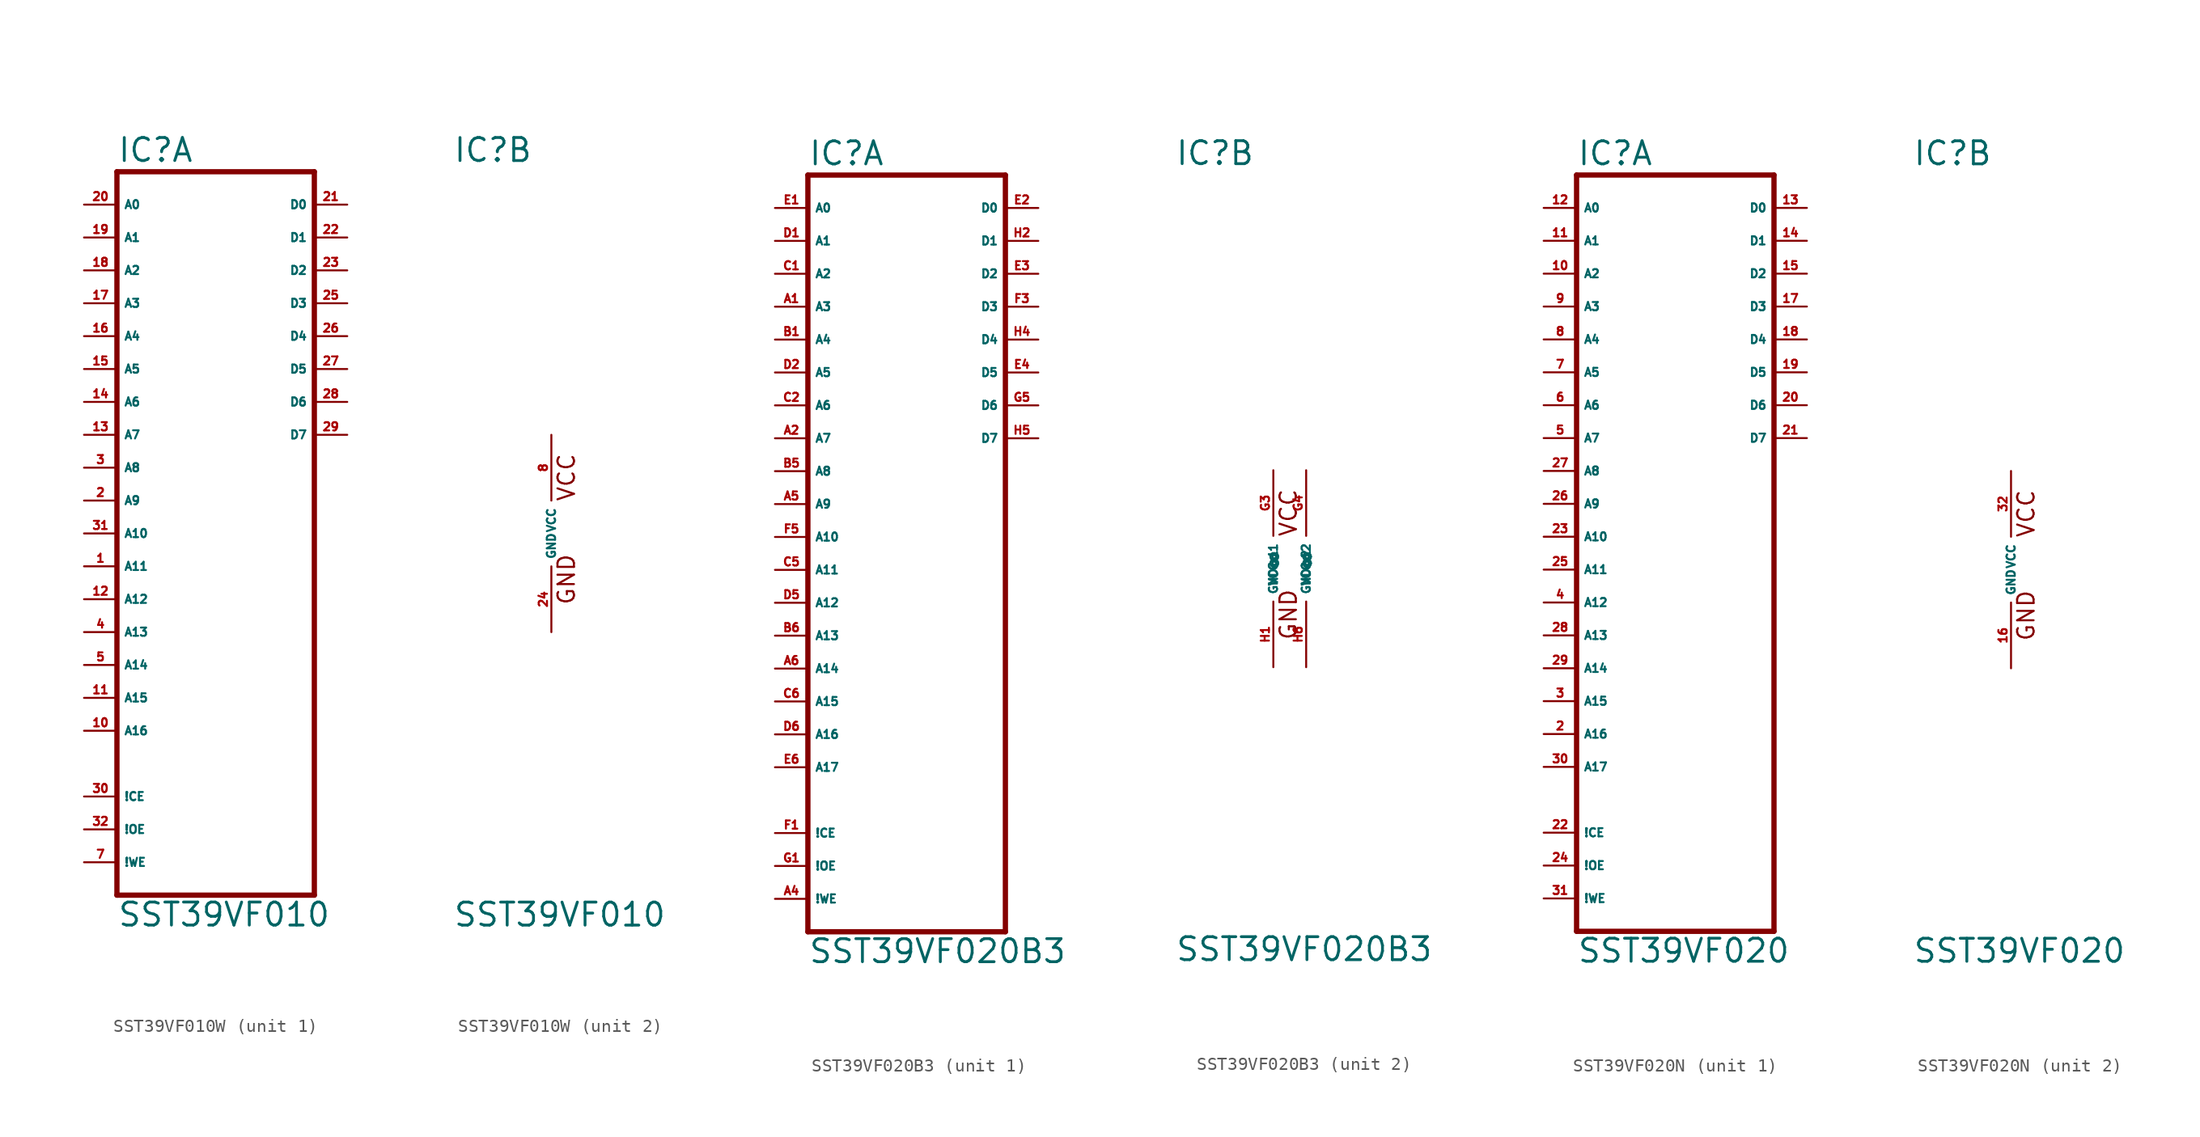
<source format=kicad_sym>
(kicad_symbol_lib
  (version 20220914)
  (generator Eagle2Kicad)
  (symbol "SST39VF010W"
    (property "Reference" "IC"
      (at -7.62 28.575 0)
      (effects (font (size 1.778 1.778) (thickness 0.22)) (justify left bottom)))
    (property "Value" "SST39VF010"
      (at -7.62 -30.48 0)
      (effects (font (size 1.778 1.778) (thickness 0.22)) (justify left bottom)))
    (symbol "SST39VF010W_1_0"
      (polyline (pts (xy -7.62 -27.94) (xy 7.62 -27.94)) (stroke (width 0.406) (type default)) (fill (type none)))
      (polyline (pts (xy 7.62 -27.94) (xy 7.62 27.94)) (stroke (width 0.406) (type default)) (fill (type none)))
      (polyline (pts (xy 7.62 27.94) (xy -7.62 27.94)) (stroke (width 0.406) (type default)) (fill (type none)))
      (polyline (pts (xy -7.62 27.94) (xy -7.62 -27.94)) (stroke (width 0.406) (type default)) (fill (type none)))
      (pin input line (at -10.16 7.62 0) (length 2.54) (name "A7" (effects (font (size 0.635 0.635) (thickness 0.08)) (justify left bottom))) (number "13" (effects (font (size 0.635 0.635) (thickness 0.08)) (justify left bottom))))
      (pin input line (at -10.16 10.16 0) (length 2.54) (name "A6" (effects (font (size 0.635 0.635) (thickness 0.08)) (justify left bottom))) (number "14" (effects (font (size 0.635 0.635) (thickness 0.08)) (justify left bottom))))
      (pin input line (at -10.16 12.7 0) (length 2.54) (name "A5" (effects (font (size 0.635 0.635) (thickness 0.08)) (justify left bottom))) (number "15" (effects (font (size 0.635 0.635) (thickness 0.08)) (justify left bottom))))
      (pin input line (at -10.16 15.24 0) (length 2.54) (name "A4" (effects (font (size 0.635 0.635) (thickness 0.08)) (justify left bottom))) (number "16" (effects (font (size 0.635 0.635) (thickness 0.08)) (justify left bottom))))
      (pin input line (at -10.16 17.78 0) (length 2.54) (name "A3" (effects (font (size 0.635 0.635) (thickness 0.08)) (justify left bottom))) (number "17" (effects (font (size 0.635 0.635) (thickness 0.08)) (justify left bottom))))
      (pin input line (at -10.16 20.32 0) (length 2.54) (name "A2" (effects (font (size 0.635 0.635) (thickness 0.08)) (justify left bottom))) (number "18" (effects (font (size 0.635 0.635) (thickness 0.08)) (justify left bottom))))
      (pin input line (at -10.16 22.86 0) (length 2.54) (name "A1" (effects (font (size 0.635 0.635) (thickness 0.08)) (justify left bottom))) (number "19" (effects (font (size 0.635 0.635) (thickness 0.08)) (justify left bottom))))
      (pin input line (at -10.16 25.4 0) (length 2.54) (name "A0" (effects (font (size 0.635 0.635) (thickness 0.08)) (justify left bottom))) (number "20" (effects (font (size 0.635 0.635) (thickness 0.08)) (justify left bottom))))
      (pin bidirectional line (at 10.16 25.4 180) (length 2.54) (name "D0" (effects (font (size 0.635 0.635) (thickness 0.08)) (justify left bottom))) (number "21" (effects (font (size 0.635 0.635) (thickness 0.08)) (justify left bottom))))
      (pin bidirectional line (at 10.16 22.86 180) (length 2.54) (name "D1" (effects (font (size 0.635 0.635) (thickness 0.08)) (justify left bottom))) (number "22" (effects (font (size 0.635 0.635) (thickness 0.08)) (justify left bottom))))
      (pin bidirectional line (at 10.16 20.32 180) (length 2.54) (name "D2" (effects (font (size 0.635 0.635) (thickness 0.08)) (justify left bottom))) (number "23" (effects (font (size 0.635 0.635) (thickness 0.08)) (justify left bottom))))
      (pin bidirectional line (at 10.16 17.78 180) (length 2.54) (name "D3" (effects (font (size 0.635 0.635) (thickness 0.08)) (justify left bottom))) (number "25" (effects (font (size 0.635 0.635) (thickness 0.08)) (justify left bottom))))
      (pin bidirectional line (at 10.16 15.24 180) (length 2.54) (name "D4" (effects (font (size 0.635 0.635) (thickness 0.08)) (justify left bottom))) (number "26" (effects (font (size 0.635 0.635) (thickness 0.08)) (justify left bottom))))
      (pin bidirectional line (at 10.16 12.7 180) (length 2.54) (name "D5" (effects (font (size 0.635 0.635) (thickness 0.08)) (justify left bottom))) (number "27" (effects (font (size 0.635 0.635) (thickness 0.08)) (justify left bottom))))
      (pin bidirectional line (at 10.16 10.16 180) (length 2.54) (name "D6" (effects (font (size 0.635 0.635) (thickness 0.08)) (justify left bottom))) (number "28" (effects (font (size 0.635 0.635) (thickness 0.08)) (justify left bottom))))
      (pin bidirectional line (at 10.16 7.62 180) (length 2.54) (name "D7" (effects (font (size 0.635 0.635) (thickness 0.08)) (justify left bottom))) (number "29" (effects (font (size 0.635 0.635) (thickness 0.08)) (justify left bottom))))
      (pin input line (at -10.16 -20.32 0) (length 2.54) (name "!CE" (effects (font (size 0.635 0.635) (thickness 0.08)) (justify left bottom))) (number "30" (effects (font (size 0.635 0.635) (thickness 0.08)) (justify left bottom))))
      (pin input line (at -10.16 0 0) (length 2.54) (name "A10" (effects (font (size 0.635 0.635) (thickness 0.08)) (justify left bottom))) (number "31" (effects (font (size 0.635 0.635) (thickness 0.08)) (justify left bottom))))
      (pin input line (at -10.16 -22.86 0) (length 2.54) (name "!OE" (effects (font (size 0.635 0.635) (thickness 0.08)) (justify left bottom))) (number "32" (effects (font (size 0.635 0.635) (thickness 0.08)) (justify left bottom))))
      (pin input line (at -10.16 -25.4 0) (length 2.54) (name "!WE" (effects (font (size 0.635 0.635) (thickness 0.08)) (justify left bottom))) (number "7" (effects (font (size 0.635 0.635) (thickness 0.08)) (justify left bottom))))
      (pin input line (at -10.16 2.54 0) (length 2.54) (name "A9" (effects (font (size 0.635 0.635) (thickness 0.08)) (justify left bottom))) (number "2" (effects (font (size 0.635 0.635) (thickness 0.08)) (justify left bottom))))
      (pin input line (at -10.16 5.08 0) (length 2.54) (name "A8" (effects (font (size 0.635 0.635) (thickness 0.08)) (justify left bottom))) (number "3" (effects (font (size 0.635 0.635) (thickness 0.08)) (justify left bottom))))
      (pin input line (at -10.16 -2.54 0) (length 2.54) (name "A11" (effects (font (size 0.635 0.635) (thickness 0.08)) (justify left bottom))) (number "1" (effects (font (size 0.635 0.635) (thickness 0.08)) (justify left bottom))))
      (pin input line (at -10.16 -5.08 0) (length 2.54) (name "A12" (effects (font (size 0.635 0.635) (thickness 0.08)) (justify left bottom))) (number "12" (effects (font (size 0.635 0.635) (thickness 0.08)) (justify left bottom))))
      (pin input line (at -10.16 -7.62 0) (length 2.54) (name "A13" (effects (font (size 0.635 0.635) (thickness 0.08)) (justify left bottom))) (number "4" (effects (font (size 0.635 0.635) (thickness 0.08)) (justify left bottom))))
      (pin input line (at -10.16 -10.16 0) (length 2.54) (name "A14" (effects (font (size 0.635 0.635) (thickness 0.08)) (justify left bottom))) (number "5" (effects (font (size 0.635 0.635) (thickness 0.08)) (justify left bottom))))
      (pin input line (at -10.16 -12.7 0) (length 2.54) (name "A15" (effects (font (size 0.635 0.635) (thickness 0.08)) (justify left bottom))) (number "11" (effects (font (size 0.635 0.635) (thickness 0.08)) (justify left bottom))))
      (pin input line (at -10.16 -15.24 0) (length 2.54) (name "A16" (effects (font (size 0.635 0.635) (thickness 0.08)) (justify left bottom))) (number "10" (effects (font (size 0.635 0.635) (thickness 0.08)) (justify left bottom)))))
    (symbol "SST39VF010W_2_0"
      (text "GND" (at 1.905 -5.588 900) (effects (font (size 1.27 1.27) (thickness 0.16)) (justify left bottom)))
      (text "VCC" (at 1.905 2.413 900) (effects (font (size 1.27 1.27) (thickness 0.16)) (justify left bottom)))
      (pin unspecified line (at 0 -7.62 90) (length 5.08) (name "GND" (effects (font (size 0.635 0.635) (thickness 0.08)) (justify left bottom))) (number "24" (effects (font (size 0.635 0.635) (thickness 0.08)) (justify left bottom))))
      (pin unspecified line (at 0 7.62 270) (length 5.08) (name "VCC" (effects (font (size 0.635 0.635) (thickness 0.08)) (justify left bottom))) (number "8" (effects (font (size 0.635 0.635) (thickness 0.08)) (justify left bottom))))))
  (symbol "SST39VF020B3"
    (property "Reference" "IC"
      (at -7.62 31.115 0)
      (effects (font (size 1.778 1.778) (thickness 0.22)) (justify left bottom)))
    (property "Value" "SST39VF020B3"
      (at -7.62 -30.48 0)
      (effects (font (size 1.778 1.778) (thickness 0.22)) (justify left bottom)))
    (symbol "SST39VF020B3_1_0"
      (polyline (pts (xy -7.62 -27.94) (xy 7.62 -27.94)) (stroke (width 0.406) (type default)) (fill (type none)))
      (polyline (pts (xy 7.62 -27.94) (xy 7.62 30.48)) (stroke (width 0.406) (type default)) (fill (type none)))
      (polyline (pts (xy 7.62 30.48) (xy -7.62 30.48)) (stroke (width 0.406) (type default)) (fill (type none)))
      (polyline (pts (xy -7.62 30.48) (xy -7.62 -27.94)) (stroke (width 0.406) (type default)) (fill (type none)))
      (pin input line (at -10.16 10.16 0) (length 2.54) (name "A7" (effects (font (size 0.635 0.635) (thickness 0.08)) (justify left bottom))) (number "A2" (effects (font (size 0.635 0.635) (thickness 0.08)) (justify left bottom))))
      (pin input line (at -10.16 12.7 0) (length 2.54) (name "A6" (effects (font (size 0.635 0.635) (thickness 0.08)) (justify left bottom))) (number "C2" (effects (font (size 0.635 0.635) (thickness 0.08)) (justify left bottom))))
      (pin input line (at -10.16 15.24 0) (length 2.54) (name "A5" (effects (font (size 0.635 0.635) (thickness 0.08)) (justify left bottom))) (number "D2" (effects (font (size 0.635 0.635) (thickness 0.08)) (justify left bottom))))
      (pin input line (at -10.16 17.78 0) (length 2.54) (name "A4" (effects (font (size 0.635 0.635) (thickness 0.08)) (justify left bottom))) (number "B1" (effects (font (size 0.635 0.635) (thickness 0.08)) (justify left bottom))))
      (pin input line (at -10.16 20.32 0) (length 2.54) (name "A3" (effects (font (size 0.635 0.635) (thickness 0.08)) (justify left bottom))) (number "A1" (effects (font (size 0.635 0.635) (thickness 0.08)) (justify left bottom))))
      (pin input line (at -10.16 22.86 0) (length 2.54) (name "A2" (effects (font (size 0.635 0.635) (thickness 0.08)) (justify left bottom))) (number "C1" (effects (font (size 0.635 0.635) (thickness 0.08)) (justify left bottom))))
      (pin input line (at -10.16 25.4 0) (length 2.54) (name "A1" (effects (font (size 0.635 0.635) (thickness 0.08)) (justify left bottom))) (number "D1" (effects (font (size 0.635 0.635) (thickness 0.08)) (justify left bottom))))
      (pin input line (at -10.16 27.94 0) (length 2.54) (name "A0" (effects (font (size 0.635 0.635) (thickness 0.08)) (justify left bottom))) (number "E1" (effects (font (size 0.635 0.635) (thickness 0.08)) (justify left bottom))))
      (pin bidirectional line (at 10.16 27.94 180) (length 2.54) (name "D0" (effects (font (size 0.635 0.635) (thickness 0.08)) (justify left bottom))) (number "E2" (effects (font (size 0.635 0.635) (thickness 0.08)) (justify left bottom))))
      (pin bidirectional line (at 10.16 25.4 180) (length 2.54) (name "D1" (effects (font (size 0.635 0.635) (thickness 0.08)) (justify left bottom))) (number "H2" (effects (font (size 0.635 0.635) (thickness 0.08)) (justify left bottom))))
      (pin bidirectional line (at 10.16 22.86 180) (length 2.54) (name "D2" (effects (font (size 0.635 0.635) (thickness 0.08)) (justify left bottom))) (number "E3" (effects (font (size 0.635 0.635) (thickness 0.08)) (justify left bottom))))
      (pin bidirectional line (at 10.16 20.32 180) (length 2.54) (name "D3" (effects (font (size 0.635 0.635) (thickness 0.08)) (justify left bottom))) (number "F3" (effects (font (size 0.635 0.635) (thickness 0.08)) (justify left bottom))))
      (pin bidirectional line (at 10.16 17.78 180) (length 2.54) (name "D4" (effects (font (size 0.635 0.635) (thickness 0.08)) (justify left bottom))) (number "H4" (effects (font (size 0.635 0.635) (thickness 0.08)) (justify left bottom))))
      (pin bidirectional line (at 10.16 15.24 180) (length 2.54) (name "D5" (effects (font (size 0.635 0.635) (thickness 0.08)) (justify left bottom))) (number "E4" (effects (font (size 0.635 0.635) (thickness 0.08)) (justify left bottom))))
      (pin bidirectional line (at 10.16 12.7 180) (length 2.54) (name "D6" (effects (font (size 0.635 0.635) (thickness 0.08)) (justify left bottom))) (number "G5" (effects (font (size 0.635 0.635) (thickness 0.08)) (justify left bottom))))
      (pin bidirectional line (at 10.16 10.16 180) (length 2.54) (name "D7" (effects (font (size 0.635 0.635) (thickness 0.08)) (justify left bottom))) (number "H5" (effects (font (size 0.635 0.635) (thickness 0.08)) (justify left bottom))))
      (pin input line (at -10.16 -20.32 0) (length 2.54) (name "!CE" (effects (font (size 0.635 0.635) (thickness 0.08)) (justify left bottom))) (number "F1" (effects (font (size 0.635 0.635) (thickness 0.08)) (justify left bottom))))
      (pin input line (at -10.16 2.54 0) (length 2.54) (name "A10" (effects (font (size 0.635 0.635) (thickness 0.08)) (justify left bottom))) (number "F5" (effects (font (size 0.635 0.635) (thickness 0.08)) (justify left bottom))))
      (pin input line (at -10.16 -22.86 0) (length 2.54) (name "!OE" (effects (font (size 0.635 0.635) (thickness 0.08)) (justify left bottom))) (number "G1" (effects (font (size 0.635 0.635) (thickness 0.08)) (justify left bottom))))
      (pin input line (at -10.16 -25.4 0) (length 2.54) (name "!WE" (effects (font (size 0.635 0.635) (thickness 0.08)) (justify left bottom))) (number "A4" (effects (font (size 0.635 0.635) (thickness 0.08)) (justify left bottom))))
      (pin input line (at -10.16 5.08 0) (length 2.54) (name "A9" (effects (font (size 0.635 0.635) (thickness 0.08)) (justify left bottom))) (number "A5" (effects (font (size 0.635 0.635) (thickness 0.08)) (justify left bottom))))
      (pin input line (at -10.16 7.62 0) (length 2.54) (name "A8" (effects (font (size 0.635 0.635) (thickness 0.08)) (justify left bottom))) (number "B5" (effects (font (size 0.635 0.635) (thickness 0.08)) (justify left bottom))))
      (pin input line (at -10.16 0 0) (length 2.54) (name "A11" (effects (font (size 0.635 0.635) (thickness 0.08)) (justify left bottom))) (number "C5" (effects (font (size 0.635 0.635) (thickness 0.08)) (justify left bottom))))
      (pin input line (at -10.16 -2.54 0) (length 2.54) (name "A12" (effects (font (size 0.635 0.635) (thickness 0.08)) (justify left bottom))) (number "D5" (effects (font (size 0.635 0.635) (thickness 0.08)) (justify left bottom))))
      (pin input line (at -10.16 -5.08 0) (length 2.54) (name "A13" (effects (font (size 0.635 0.635) (thickness 0.08)) (justify left bottom))) (number "B6" (effects (font (size 0.635 0.635) (thickness 0.08)) (justify left bottom))))
      (pin input line (at -10.16 -7.62 0) (length 2.54) (name "A14" (effects (font (size 0.635 0.635) (thickness 0.08)) (justify left bottom))) (number "A6" (effects (font (size 0.635 0.635) (thickness 0.08)) (justify left bottom))))
      (pin input line (at -10.16 -10.16 0) (length 2.54) (name "A15" (effects (font (size 0.635 0.635) (thickness 0.08)) (justify left bottom))) (number "C6" (effects (font (size 0.635 0.635) (thickness 0.08)) (justify left bottom))))
      (pin input line (at -10.16 -12.7 0) (length 2.54) (name "A16" (effects (font (size 0.635 0.635) (thickness 0.08)) (justify left bottom))) (number "D6" (effects (font (size 0.635 0.635) (thickness 0.08)) (justify left bottom))))
      (pin input line (at -10.16 -15.24 0) (length 2.54) (name "A17" (effects (font (size 0.635 0.635) (thickness 0.08)) (justify left bottom))) (number "E6" (effects (font (size 0.635 0.635) (thickness 0.08)) (justify left bottom)))))
    (symbol "SST39VF020B3_2_0"
      (text "GND" (at 1.905 -5.588 900) (effects (font (size 1.27 1.27) (thickness 0.16)) (justify left bottom)))
      (text "VCC" (at 1.905 2.413 900) (effects (font (size 1.27 1.27) (thickness 0.16)) (justify left bottom)))
      (pin unspecified line (at 0 -7.62 90) (length 5.08) (name "GND@1" (effects (font (size 0.635 0.635) (thickness 0.08)) (justify left bottom))) (number "H1" (effects (font (size 0.635 0.635) (thickness 0.08)) (justify left bottom))))
      (pin unspecified line (at 0 7.62 270) (length 5.08) (name "VCC@1" (effects (font (size 0.635 0.635) (thickness 0.08)) (justify left bottom))) (number "G3" (effects (font (size 0.635 0.635) (thickness 0.08)) (justify left bottom))))
      (pin unspecified line (at 2.54 7.62 270) (length 5.08) (name "VCC@2" (effects (font (size 0.635 0.635) (thickness 0.08)) (justify left bottom))) (number "G4" (effects (font (size 0.635 0.635) (thickness 0.08)) (justify left bottom))))
      (pin unspecified line (at 2.54 -7.62 90) (length 5.08) (name "GND@2" (effects (font (size 0.635 0.635) (thickness 0.08)) (justify left bottom))) (number "H6" (effects (font (size 0.635 0.635) (thickness 0.08)) (justify left bottom))))))
  (symbol "SST39VF020N"
    (property "Reference" "IC"
      (at -7.62 31.115 0)
      (effects (font (size 1.778 1.778) (thickness 0.22)) (justify left bottom)))
    (property "Value" "SST39VF020"
      (at -7.62 -30.48 0)
      (effects (font (size 1.778 1.778) (thickness 0.22)) (justify left bottom)))
    (symbol "SST39VF020N_1_0"
      (polyline (pts (xy -7.62 -27.94) (xy 7.62 -27.94)) (stroke (width 0.406) (type default)) (fill (type none)))
      (polyline (pts (xy 7.62 -27.94) (xy 7.62 30.48)) (stroke (width 0.406) (type default)) (fill (type none)))
      (polyline (pts (xy 7.62 30.48) (xy -7.62 30.48)) (stroke (width 0.406) (type default)) (fill (type none)))
      (polyline (pts (xy -7.62 30.48) (xy -7.62 -27.94)) (stroke (width 0.406) (type default)) (fill (type none)))
      (pin input line (at -10.16 10.16 0) (length 2.54) (name "A7" (effects (font (size 0.635 0.635) (thickness 0.08)) (justify left bottom))) (number "5" (effects (font (size 0.635 0.635) (thickness 0.08)) (justify left bottom))))
      (pin input line (at -10.16 12.7 0) (length 2.54) (name "A6" (effects (font (size 0.635 0.635) (thickness 0.08)) (justify left bottom))) (number "6" (effects (font (size 0.635 0.635) (thickness 0.08)) (justify left bottom))))
      (pin input line (at -10.16 15.24 0) (length 2.54) (name "A5" (effects (font (size 0.635 0.635) (thickness 0.08)) (justify left bottom))) (number "7" (effects (font (size 0.635 0.635) (thickness 0.08)) (justify left bottom))))
      (pin input line (at -10.16 17.78 0) (length 2.54) (name "A4" (effects (font (size 0.635 0.635) (thickness 0.08)) (justify left bottom))) (number "8" (effects (font (size 0.635 0.635) (thickness 0.08)) (justify left bottom))))
      (pin input line (at -10.16 20.32 0) (length 2.54) (name "A3" (effects (font (size 0.635 0.635) (thickness 0.08)) (justify left bottom))) (number "9" (effects (font (size 0.635 0.635) (thickness 0.08)) (justify left bottom))))
      (pin input line (at -10.16 22.86 0) (length 2.54) (name "A2" (effects (font (size 0.635 0.635) (thickness 0.08)) (justify left bottom))) (number "10" (effects (font (size 0.635 0.635) (thickness 0.08)) (justify left bottom))))
      (pin input line (at -10.16 25.4 0) (length 2.54) (name "A1" (effects (font (size 0.635 0.635) (thickness 0.08)) (justify left bottom))) (number "11" (effects (font (size 0.635 0.635) (thickness 0.08)) (justify left bottom))))
      (pin input line (at -10.16 27.94 0) (length 2.54) (name "A0" (effects (font (size 0.635 0.635) (thickness 0.08)) (justify left bottom))) (number "12" (effects (font (size 0.635 0.635) (thickness 0.08)) (justify left bottom))))
      (pin bidirectional line (at 10.16 27.94 180) (length 2.54) (name "D0" (effects (font (size 0.635 0.635) (thickness 0.08)) (justify left bottom))) (number "13" (effects (font (size 0.635 0.635) (thickness 0.08)) (justify left bottom))))
      (pin bidirectional line (at 10.16 25.4 180) (length 2.54) (name "D1" (effects (font (size 0.635 0.635) (thickness 0.08)) (justify left bottom))) (number "14" (effects (font (size 0.635 0.635) (thickness 0.08)) (justify left bottom))))
      (pin bidirectional line (at 10.16 22.86 180) (length 2.54) (name "D2" (effects (font (size 0.635 0.635) (thickness 0.08)) (justify left bottom))) (number "15" (effects (font (size 0.635 0.635) (thickness 0.08)) (justify left bottom))))
      (pin bidirectional line (at 10.16 20.32 180) (length 2.54) (name "D3" (effects (font (size 0.635 0.635) (thickness 0.08)) (justify left bottom))) (number "17" (effects (font (size 0.635 0.635) (thickness 0.08)) (justify left bottom))))
      (pin bidirectional line (at 10.16 17.78 180) (length 2.54) (name "D4" (effects (font (size 0.635 0.635) (thickness 0.08)) (justify left bottom))) (number "18" (effects (font (size 0.635 0.635) (thickness 0.08)) (justify left bottom))))
      (pin bidirectional line (at 10.16 15.24 180) (length 2.54) (name "D5" (effects (font (size 0.635 0.635) (thickness 0.08)) (justify left bottom))) (number "19" (effects (font (size 0.635 0.635) (thickness 0.08)) (justify left bottom))))
      (pin bidirectional line (at 10.16 12.7 180) (length 2.54) (name "D6" (effects (font (size 0.635 0.635) (thickness 0.08)) (justify left bottom))) (number "20" (effects (font (size 0.635 0.635) (thickness 0.08)) (justify left bottom))))
      (pin bidirectional line (at 10.16 10.16 180) (length 2.54) (name "D7" (effects (font (size 0.635 0.635) (thickness 0.08)) (justify left bottom))) (number "21" (effects (font (size 0.635 0.635) (thickness 0.08)) (justify left bottom))))
      (pin input line (at -10.16 -20.32 0) (length 2.54) (name "!CE" (effects (font (size 0.635 0.635) (thickness 0.08)) (justify left bottom))) (number "22" (effects (font (size 0.635 0.635) (thickness 0.08)) (justify left bottom))))
      (pin input line (at -10.16 2.54 0) (length 2.54) (name "A10" (effects (font (size 0.635 0.635) (thickness 0.08)) (justify left bottom))) (number "23" (effects (font (size 0.635 0.635) (thickness 0.08)) (justify left bottom))))
      (pin input line (at -10.16 -22.86 0) (length 2.54) (name "!OE" (effects (font (size 0.635 0.635) (thickness 0.08)) (justify left bottom))) (number "24" (effects (font (size 0.635 0.635) (thickness 0.08)) (justify left bottom))))
      (pin input line (at -10.16 -25.4 0) (length 2.54) (name "!WE" (effects (font (size 0.635 0.635) (thickness 0.08)) (justify left bottom))) (number "31" (effects (font (size 0.635 0.635) (thickness 0.08)) (justify left bottom))))
      (pin input line (at -10.16 5.08 0) (length 2.54) (name "A9" (effects (font (size 0.635 0.635) (thickness 0.08)) (justify left bottom))) (number "26" (effects (font (size 0.635 0.635) (thickness 0.08)) (justify left bottom))))
      (pin input line (at -10.16 7.62 0) (length 2.54) (name "A8" (effects (font (size 0.635 0.635) (thickness 0.08)) (justify left bottom))) (number "27" (effects (font (size 0.635 0.635) (thickness 0.08)) (justify left bottom))))
      (pin input line (at -10.16 0 0) (length 2.54) (name "A11" (effects (font (size 0.635 0.635) (thickness 0.08)) (justify left bottom))) (number "25" (effects (font (size 0.635 0.635) (thickness 0.08)) (justify left bottom))))
      (pin input line (at -10.16 -2.54 0) (length 2.54) (name "A12" (effects (font (size 0.635 0.635) (thickness 0.08)) (justify left bottom))) (number "4" (effects (font (size 0.635 0.635) (thickness 0.08)) (justify left bottom))))
      (pin input line (at -10.16 -5.08 0) (length 2.54) (name "A13" (effects (font (size 0.635 0.635) (thickness 0.08)) (justify left bottom))) (number "28" (effects (font (size 0.635 0.635) (thickness 0.08)) (justify left bottom))))
      (pin input line (at -10.16 -7.62 0) (length 2.54) (name "A14" (effects (font (size 0.635 0.635) (thickness 0.08)) (justify left bottom))) (number "29" (effects (font (size 0.635 0.635) (thickness 0.08)) (justify left bottom))))
      (pin input line (at -10.16 -10.16 0) (length 2.54) (name "A15" (effects (font (size 0.635 0.635) (thickness 0.08)) (justify left bottom))) (number "3" (effects (font (size 0.635 0.635) (thickness 0.08)) (justify left bottom))))
      (pin input line (at -10.16 -12.7 0) (length 2.54) (name "A16" (effects (font (size 0.635 0.635) (thickness 0.08)) (justify left bottom))) (number "2" (effects (font (size 0.635 0.635) (thickness 0.08)) (justify left bottom))))
      (pin input line (at -10.16 -15.24 0) (length 2.54) (name "A17" (effects (font (size 0.635 0.635) (thickness 0.08)) (justify left bottom))) (number "30" (effects (font (size 0.635 0.635) (thickness 0.08)) (justify left bottom)))))
    (symbol "SST39VF020N_2_0"
      (text "GND" (at 1.905 -5.588 900) (effects (font (size 1.27 1.27) (thickness 0.16)) (justify left bottom)))
      (text "VCC" (at 1.905 2.413 900) (effects (font (size 1.27 1.27) (thickness 0.16)) (justify left bottom)))
      (pin unspecified line (at 0 -7.62 90) (length 5.08) (name "GND" (effects (font (size 0.635 0.635) (thickness 0.08)) (justify left bottom))) (number "16" (effects (font (size 0.635 0.635) (thickness 0.08)) (justify left bottom))))
      (pin unspecified line (at 0 7.62 270) (length 5.08) (name "VCC" (effects (font (size 0.635 0.635) (thickness 0.08)) (justify left bottom))) (number "32" (effects (font (size 0.635 0.635) (thickness 0.08)) (justify left bottom)))))))
</source>
